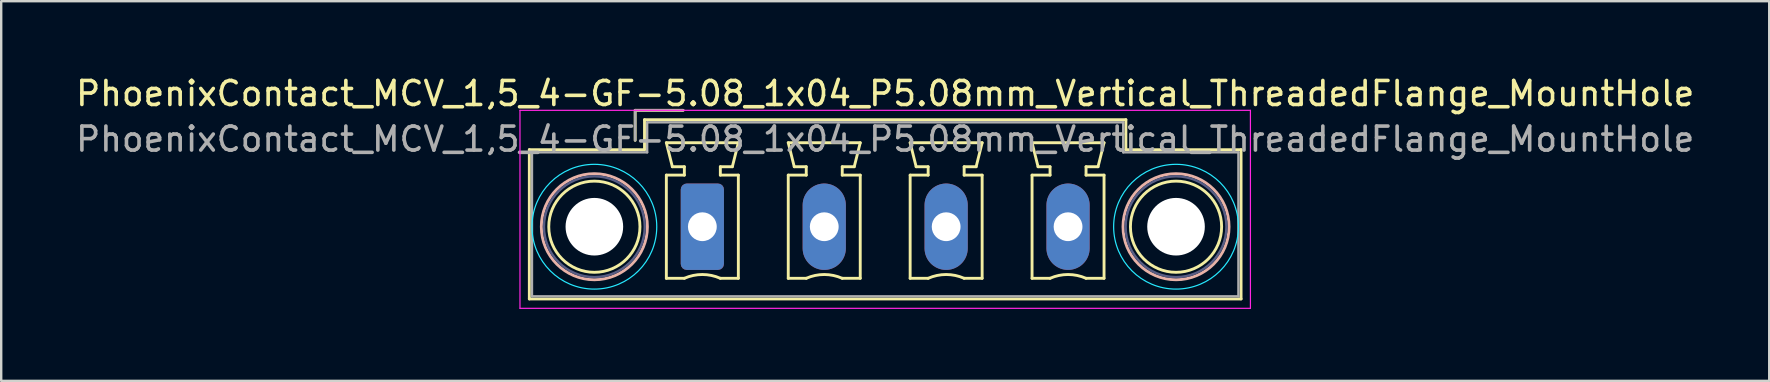
<source format=kicad_pcb>
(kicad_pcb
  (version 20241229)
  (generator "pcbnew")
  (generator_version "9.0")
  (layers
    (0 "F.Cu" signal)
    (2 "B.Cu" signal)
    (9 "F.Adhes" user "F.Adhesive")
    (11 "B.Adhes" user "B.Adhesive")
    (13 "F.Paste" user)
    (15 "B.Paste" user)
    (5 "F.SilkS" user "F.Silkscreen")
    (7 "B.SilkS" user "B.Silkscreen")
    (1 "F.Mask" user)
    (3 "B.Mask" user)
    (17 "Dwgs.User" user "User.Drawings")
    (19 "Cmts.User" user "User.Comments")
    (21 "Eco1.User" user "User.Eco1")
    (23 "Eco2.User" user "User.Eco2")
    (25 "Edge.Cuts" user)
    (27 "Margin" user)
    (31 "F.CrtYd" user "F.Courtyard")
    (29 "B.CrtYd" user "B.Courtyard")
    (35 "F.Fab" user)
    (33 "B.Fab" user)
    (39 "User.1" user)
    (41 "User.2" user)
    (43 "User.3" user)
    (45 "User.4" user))
  (footprint "PhoenixContact_MCV_1,5_4-GF-5.08_1x04_P5.08mm_Vertical_ThreadedFlange_MountHole"
    (layer "F.Cu")
    (at 26.219 6.398)
    (property "Reference" "PhoenixContact_MCV_1,5_4-GF-5.08_1x04_P5.08mm_Vertical_ThreadedFlange_MountHole" (at 7.62 -5.55 0) (layer "F.SilkS") (effects (font (size 1 1) (thickness 0.15))))
    (attr through_hole)
    (fp_line (start -7.21 -3.21) (end -7.21 3.01) (stroke (width 0.12) (type solid)) (layer "F.SilkS"))
    (fp_line (start -7.21 3.01) (end 22.45 3.01) (stroke (width 0.12) (type solid)) (layer "F.SilkS"))
    (fp_line (start -2.8 -4.85) (end -0.8 -4.85) (stroke (width 0.12) (type solid)) (layer "F.SilkS"))
    (fp_line (start -2.8 -3.6) (end -2.8 -4.85) (stroke (width 0.12) (type solid)) (layer "F.SilkS"))
    (fp_line (start -2.41 -4.46) (end -2.41 -3.21) (stroke (width 0.12) (type solid)) (layer "F.SilkS"))
    (fp_line (start -2.41 -3.21) (end -7.21 -3.21) (stroke (width 0.12) (type solid)) (layer "F.SilkS"))
    (fp_line (start -1.5 -3.5) (end 1.5 -3.5) (stroke (width 0.12) (type solid)) (layer "F.SilkS"))
    (fp_line (start -1.5 -2.15) (end -0.75 -2.15) (stroke (width 0.12) (type solid)) (layer "F.SilkS"))
    (fp_line (start -1.5 2.15) (end -1.5 -2.15) (stroke (width 0.12) (type solid)) (layer "F.SilkS"))
    (fp_line (start -1.25 -2.5) (end -1.5 -3.5) (stroke (width 0.12) (type solid)) (layer "F.SilkS"))
    (fp_line (start -0.75 -2.5) (end -1.25 -2.5) (stroke (width 0.12) (type solid)) (layer "F.SilkS"))
    (fp_line (start -0.75 -2.15) (end -0.75 -2.5) (stroke (width 0.12) (type solid)) (layer "F.SilkS"))
    (fp_line (start -0.75 2.15) (end -1.5 2.15) (stroke (width 0.12) (type solid)) (layer "F.SilkS"))
    (fp_line (start 0.75 -2.5) (end 0.75 -2.15) (stroke (width 0.12) (type solid)) (layer "F.SilkS"))
    (fp_line (start 0.75 -2.15) (end 1.5 -2.15) (stroke (width 0.12) (type solid)) (layer "F.SilkS"))
    (fp_line (start 1.25 -2.5) (end 0.75 -2.5) (stroke (width 0.12) (type solid)) (layer "F.SilkS"))
    (fp_line (start 1.5 -3.5) (end 1.25 -2.5) (stroke (width 0.12) (type solid)) (layer "F.SilkS"))
    (fp_line (start 1.5 -2.15) (end 1.5 2.15) (stroke (width 0.12) (type solid)) (layer "F.SilkS"))
    (fp_line (start 1.5 2.15) (end 0.75 2.15) (stroke (width 0.12) (type solid)) (layer "F.SilkS"))
    (fp_line (start 3.58 -3.5) (end 6.58 -3.5) (stroke (width 0.12) (type solid)) (layer "F.SilkS"))
    (fp_line (start 3.58 -2.15) (end 4.33 -2.15) (stroke (width 0.12) (type solid)) (layer "F.SilkS"))
    (fp_line (start 3.58 2.15) (end 3.58 -2.15) (stroke (width 0.12) (type solid)) (layer "F.SilkS"))
    (fp_line (start 3.83 -2.5) (end 3.58 -3.5) (stroke (width 0.12) (type solid)) (layer "F.SilkS"))
    (fp_line (start 4.33 -2.5) (end 3.83 -2.5) (stroke (width 0.12) (type solid)) (layer "F.SilkS"))
    (fp_line (start 4.33 -2.15) (end 4.33 -2.5) (stroke (width 0.12) (type solid)) (layer "F.SilkS"))
    (fp_line (start 4.33 2.15) (end 3.58 2.15) (stroke (width 0.12) (type solid)) (layer "F.SilkS"))
    (fp_line (start 5.83 -2.5) (end 5.83 -2.15) (stroke (width 0.12) (type solid)) (layer "F.SilkS"))
    (fp_line (start 5.83 -2.15) (end 6.58 -2.15) (stroke (width 0.12) (type solid)) (layer "F.SilkS"))
    (fp_line (start 6.33 -2.5) (end 5.83 -2.5) (stroke (width 0.12) (type solid)) (layer "F.SilkS"))
    (fp_line (start 6.58 -3.5) (end 6.33 -2.5) (stroke (width 0.12) (type solid)) (layer "F.SilkS"))
    (fp_line (start 6.58 -2.15) (end 6.58 2.15) (stroke (width 0.12) (type solid)) (layer "F.SilkS"))
    (fp_line (start 6.58 2.15) (end 5.83 2.15) (stroke (width 0.12) (type solid)) (layer "F.SilkS"))
    (fp_line (start 8.66 -3.5) (end 11.66 -3.5) (stroke (width 0.12) (type solid)) (layer "F.SilkS"))
    (fp_line (start 8.66 -2.15) (end 9.41 -2.15) (stroke (width 0.12) (type solid)) (layer "F.SilkS"))
    (fp_line (start 8.66 2.15) (end 8.66 -2.15) (stroke (width 0.12) (type solid)) (layer "F.SilkS"))
    (fp_line (start 8.91 -2.5) (end 8.66 -3.5) (stroke (width 0.12) (type solid)) (layer "F.SilkS"))
    (fp_line (start 9.41 -2.5) (end 8.91 -2.5) (stroke (width 0.12) (type solid)) (layer "F.SilkS"))
    (fp_line (start 9.41 -2.15) (end 9.41 -2.5) (stroke (width 0.12) (type solid)) (layer "F.SilkS"))
    (fp_line (start 9.41 2.15) (end 8.66 2.15) (stroke (width 0.12) (type solid)) (layer "F.SilkS"))
    (fp_line (start 10.91 -2.5) (end 10.91 -2.15) (stroke (width 0.12) (type solid)) (layer "F.SilkS"))
    (fp_line (start 10.91 -2.15) (end 11.66 -2.15) (stroke (width 0.12) (type solid)) (layer "F.SilkS"))
    (fp_line (start 11.41 -2.5) (end 10.91 -2.5) (stroke (width 0.12) (type solid)) (layer "F.SilkS"))
    (fp_line (start 11.66 -3.5) (end 11.41 -2.5) (stroke (width 0.12) (type solid)) (layer "F.SilkS"))
    (fp_line (start 11.66 -2.15) (end 11.66 2.15) (stroke (width 0.12) (type solid)) (layer "F.SilkS"))
    (fp_line (start 11.66 2.15) (end 10.91 2.15) (stroke (width 0.12) (type solid)) (layer "F.SilkS"))
    (fp_line (start 13.74 -3.5) (end 16.74 -3.5) (stroke (width 0.12) (type solid)) (layer "F.SilkS"))
    (fp_line (start 13.74 -2.15) (end 14.49 -2.15) (stroke (width 0.12) (type solid)) (layer "F.SilkS"))
    (fp_line (start 13.74 2.15) (end 13.74 -2.15) (stroke (width 0.12) (type solid)) (layer "F.SilkS"))
    (fp_line (start 13.99 -2.5) (end 13.74 -3.5) (stroke (width 0.12) (type solid)) (layer "F.SilkS"))
    (fp_line (start 14.49 -2.5) (end 13.99 -2.5) (stroke (width 0.12) (type solid)) (layer "F.SilkS"))
    (fp_line (start 14.49 -2.15) (end 14.49 -2.5) (stroke (width 0.12) (type solid)) (layer "F.SilkS"))
    (fp_line (start 14.49 2.15) (end 13.74 2.15) (stroke (width 0.12) (type solid)) (layer "F.SilkS"))
    (fp_line (start 15.99 -2.5) (end 15.99 -2.15) (stroke (width 0.12) (type solid)) (layer "F.SilkS"))
    (fp_line (start 15.99 -2.15) (end 16.74 -2.15) (stroke (width 0.12) (type solid)) (layer "F.SilkS"))
    (fp_line (start 16.49 -2.5) (end 15.99 -2.5) (stroke (width 0.12) (type solid)) (layer "F.SilkS"))
    (fp_line (start 16.74 -3.5) (end 16.49 -2.5) (stroke (width 0.12) (type solid)) (layer "F.SilkS"))
    (fp_line (start 16.74 -2.15) (end 16.74 2.15) (stroke (width 0.12) (type solid)) (layer "F.SilkS"))
    (fp_line (start 16.74 2.15) (end 15.99 2.15) (stroke (width 0.12) (type solid)) (layer "F.SilkS"))
    (fp_line (start 17.65 -4.46) (end -2.41 -4.46) (stroke (width 0.12) (type solid)) (layer "F.SilkS"))
    (fp_line (start 17.65 -3.21) (end 17.65 -4.46) (stroke (width 0.12) (type solid)) (layer "F.SilkS"))
    (fp_line (start 22.45 -3.21) (end 17.65 -3.21) (stroke (width 0.12) (type solid)) (layer "F.SilkS"))
    (fp_line (start 22.45 3.01) (end 22.45 -3.21) (stroke (width 0.12) (type solid)) (layer "F.SilkS"))
    (fp_arc (start -0.75 2.15) (mid -0.000193 1.99191) (end 0.749647 2.149844) (stroke (width 0.12) (type solid)) (layer "F.SilkS"))
    (fp_arc (start 4.33 2.15) (mid 5.079807 1.99191) (end 5.829647 2.149844) (stroke (width 0.12) (type solid)) (layer "F.SilkS"))
    (fp_arc (start 9.41 2.15) (mid 10.159807 1.99191) (end 10.909647 2.149844) (stroke (width 0.12) (type solid)) (layer "F.SilkS"))
    (fp_arc (start 14.49 2.15) (mid 15.239807 1.99191) (end 15.989647 2.149844) (stroke (width 0.12) (type solid)) (layer "F.SilkS"))
    (fp_circle (center -4.5 0) (end -2.6 0) (stroke (width 0.12) (type solid)) (fill no) (layer "F.SilkS"))
    (fp_circle (center 19.74 0) (end 21.64 0) (stroke (width 0.12) (type solid)) (fill no) (layer "F.SilkS"))
    (fp_circle (center -4.5 0) (end -2.29 0) (stroke (width 0.12) (type solid)) (fill no) (layer "B.SilkS"))
    (fp_circle (center 19.74 0) (end 21.95 0) (stroke (width 0.12) (type solid)) (fill no) (layer "B.SilkS"))
    (fp_circle (center -4.5 0) (end -1.9 0) (stroke (width 0.05) (type solid)) (fill no) (layer "B.CrtYd"))
    (fp_circle (center 19.74 0) (end 22.34 0) (stroke (width 0.05) (type solid)) (fill no) (layer "B.CrtYd"))
    (fp_line (start -7.6 -4.85) (end -7.6 3.4) (stroke (width 0.05) (type solid)) (layer "F.CrtYd"))
    (fp_line (start -7.6 3.4) (end 22.84 3.4) (stroke (width 0.05) (type solid)) (layer "F.CrtYd"))
    (fp_line (start 22.84 -4.85) (end -7.6 -4.85) (stroke (width 0.05) (type solid)) (layer "F.CrtYd"))
    (fp_line (start 22.84 3.4) (end 22.84 -4.85) (stroke (width 0.05) (type solid)) (layer "F.CrtYd"))
    (fp_circle (center -4.5 0) (end -2.4 0) (stroke (width 0.1) (type solid)) (fill no) (layer "B.Fab"))
    (fp_circle (center 19.74 0) (end 21.84 0) (stroke (width 0.1) (type solid)) (fill no) (layer "B.Fab"))
    (fp_line (start -7.1 -3.1) (end -7.1 2.9) (stroke (width 0.1) (type solid)) (layer "F.Fab"))
    (fp_line (start -7.1 2.9) (end 22.34 2.9) (stroke (width 0.1) (type solid)) (layer "F.Fab"))
    (fp_line (start -2.8 -4.85) (end -0.8 -4.85) (stroke (width 0.1) (type solid)) (layer "F.Fab"))
    (fp_line (start -2.8 -3.6) (end -2.8 -4.85) (stroke (width 0.1) (type solid)) (layer "F.Fab"))
    (fp_line (start -2.3 -4.35) (end -2.3 -3.1) (stroke (width 0.1) (type solid)) (layer "F.Fab"))
    (fp_line (start -2.3 -3.1) (end -7.1 -3.1) (stroke (width 0.1) (type solid)) (layer "F.Fab"))
    (fp_line (start 17.54 -4.35) (end -2.3 -4.35) (stroke (width 0.1) (type solid)) (layer "F.Fab"))
    (fp_line (start 17.54 -3.1) (end 17.54 -4.35) (stroke (width 0.1) (type solid)) (layer "F.Fab"))
    (fp_line (start 22.34 -3.1) (end 17.54 -3.1) (stroke (width 0.1) (type solid)) (layer "F.Fab"))
    (fp_line (start 22.34 2.9) (end 22.34 -3.1) (stroke (width 0.1) (type solid)) (layer "F.Fab"))
    (fp_text user "${REFERENCE}" (at 7.62 -3.65 0) (layer "F.Fab") (effects (font (size 1 1) (thickness 0.15))))
    (pad "" np_thru_hole circle (at -4.5 0) (size 2.4 2.4) (drill 2.4) (layers "*.Cu" "*.Mask"))
    (pad "" np_thru_hole circle (at 19.74 0) (size 2.4 2.4) (drill 2.4) (layers "*.Cu" "*.Mask"))
    (pad "1" thru_hole roundrect (at 0 0) (size 1.8 3.6) (drill 1.2) (layers "*.Cu" "*.Mask") (roundrect_rratio 0.139))
    (pad "2" thru_hole oval (at 5.08 0) (size 1.8 3.6) (drill 1.2) (layers "*.Cu" "*.Mask"))
    (pad "3" thru_hole oval (at 10.16 0) (size 1.8 3.6) (drill 1.2) (layers "*.Cu" "*.Mask"))
    (pad "4" thru_hole oval (at 15.24 0) (size 1.8 3.6) (drill 1.2) (layers "*.Cu" "*.Mask")))
  (gr_rect
    (start -3 -3)
    (end 70.679 12.823)
    (stroke (width 0.1) (type default))
    (fill no)
    (layer "Edge.Cuts")))
</source>
